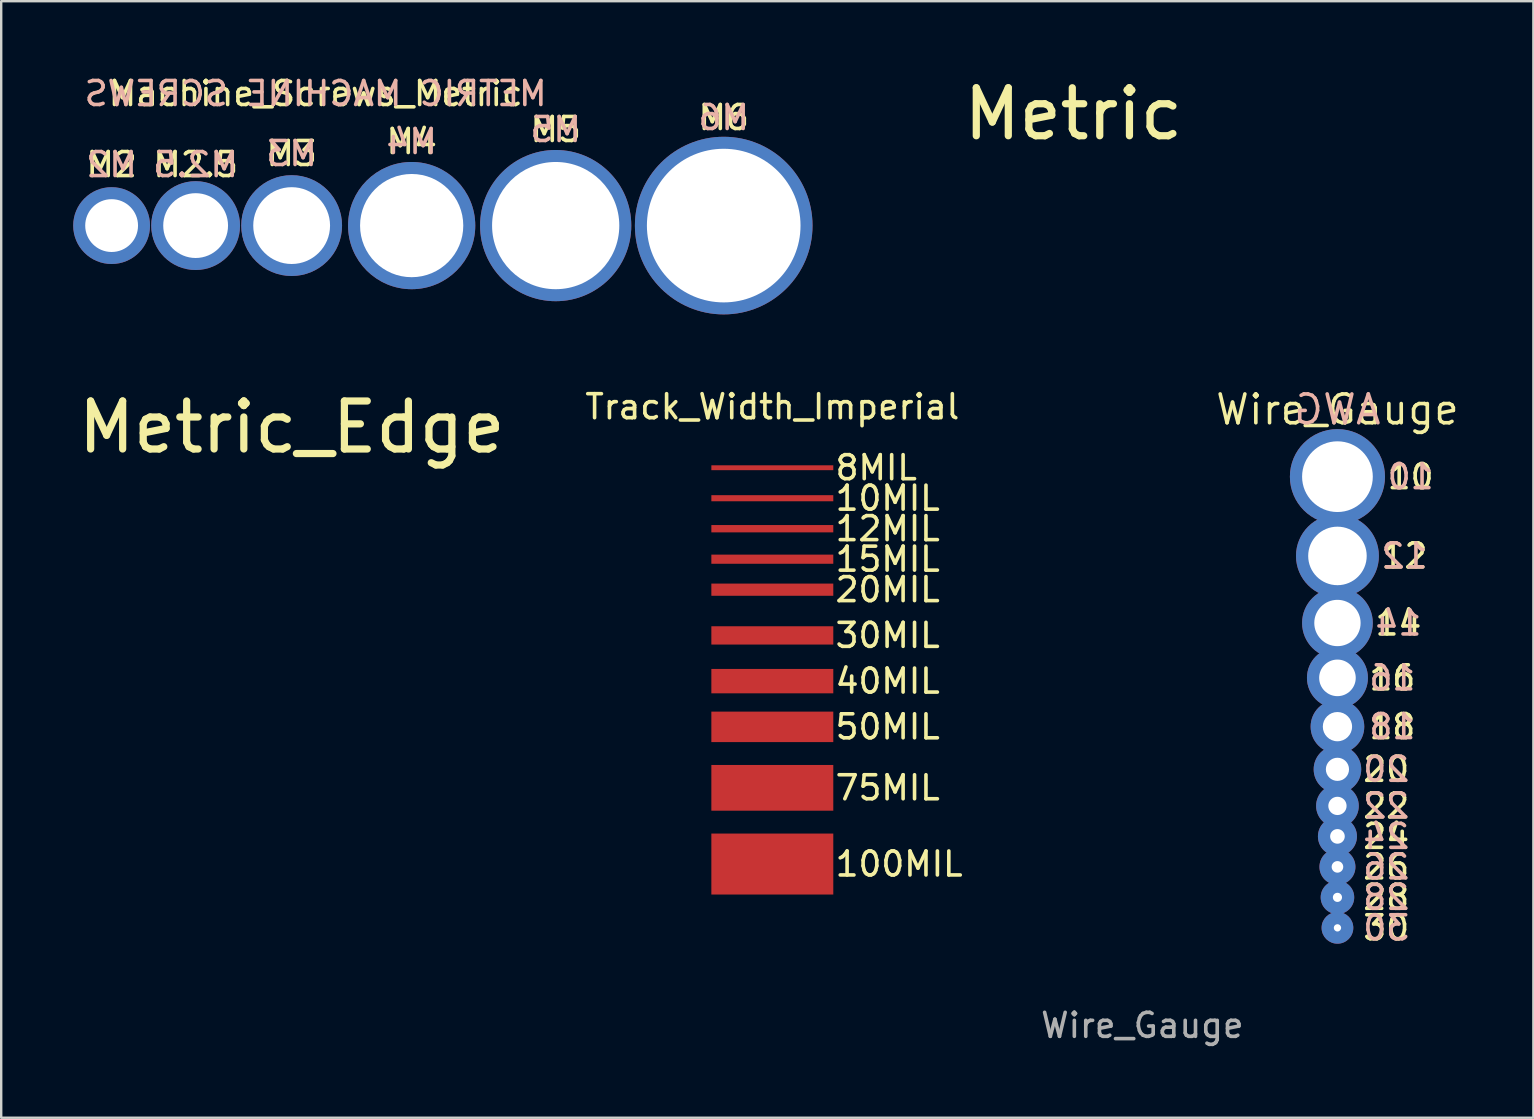
<source format=kicad_pcb>
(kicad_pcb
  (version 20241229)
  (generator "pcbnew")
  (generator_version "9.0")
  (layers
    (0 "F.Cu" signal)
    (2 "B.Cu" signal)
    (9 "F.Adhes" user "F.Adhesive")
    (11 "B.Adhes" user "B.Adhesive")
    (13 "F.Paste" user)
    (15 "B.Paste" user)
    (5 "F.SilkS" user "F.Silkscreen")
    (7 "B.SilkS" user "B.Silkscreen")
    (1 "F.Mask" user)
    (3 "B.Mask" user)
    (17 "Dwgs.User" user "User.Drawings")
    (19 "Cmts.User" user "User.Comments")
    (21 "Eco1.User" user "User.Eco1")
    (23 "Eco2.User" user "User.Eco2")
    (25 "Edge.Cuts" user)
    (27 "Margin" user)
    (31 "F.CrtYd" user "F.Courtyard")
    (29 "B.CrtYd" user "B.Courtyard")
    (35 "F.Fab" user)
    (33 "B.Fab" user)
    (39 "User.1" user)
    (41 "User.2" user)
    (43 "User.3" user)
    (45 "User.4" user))
  (footprint "Track_Width_Imperial"
    (layer "F.Cu")
    (at 26.585 16.436)
    (property "Reference" "Track_Width_Imperial" (at 2.54 -2.54 0) (layer "F.SilkS") (effects (font (size 1 1) (thickness 0.15))))
    (attr through_hole)
    (fp_text user "12MIL" (at 5.08 2.54 0) (layer "F.SilkS") (effects (font (size 1 1) (thickness 0.15)) (justify left)))
    (fp_text user "40MIL" (at 5.08 8.89 0) (layer "F.SilkS") (effects (font (size 1 1) (thickness 0.15)) (justify left)))
    (fp_text user "8MIL" (at 5.08 0 0) (layer "F.SilkS") (effects (font (size 1 1) (thickness 0.15)) (justify left)))
    (fp_text user "30MIL" (at 5.08 6.985 0) (layer "F.SilkS") (effects (font (size 1 1) (thickness 0.15)) (justify left)))
    (fp_text user "50MIL" (at 5.08 10.795 0) (layer "F.SilkS") (effects (font (size 1 1) (thickness 0.15)) (justify left)))
    (fp_text user "10MIL" (at 5.08 1.27 0) (layer "F.SilkS") (effects (font (size 1 1) (thickness 0.15)) (justify left)))
    (fp_text user "100MIL" (at 5.08 16.51 0) (layer "F.SilkS") (effects (font (size 1 1) (thickness 0.15)) (justify left)))
    (fp_text user "20MIL" (at 5.08 5.08 0) (layer "F.SilkS") (effects (font (size 1 1) (thickness 0.15)) (justify left)))
    (fp_text user "75MIL" (at 5.08 13.335 0) (layer "F.SilkS") (effects (font (size 1 1) (thickness 0.15)) (justify left)))
    (fp_text user "15MIL" (at 5.08 3.81 0) (layer "F.SilkS") (effects (font (size 1 1) (thickness 0.15)) (justify left)))
    (pad "" smd rect (at 2.54 0) (size 5.08 0.203) (layers "F.Cu" "F.Mask" "F.Paste"))
    (pad "" smd rect (at 2.54 1.27) (size 5.08 0.254) (layers "F.Cu" "F.Mask" "F.Paste"))
    (pad "" smd rect (at 2.54 2.54) (size 5.08 0.305) (layers "F.Cu" "F.Mask" "F.Paste"))
    (pad "" smd rect (at 2.54 3.81) (size 5.08 0.381) (layers "F.Cu" "F.Mask" "F.Paste"))
    (pad "" smd rect (at 2.54 5.08) (size 5.08 0.508) (layers "F.Cu" "F.Mask" "F.Paste"))
    (pad "" smd rect (at 2.54 6.985) (size 5.08 0.762) (layers "F.Cu" "F.Mask" "F.Paste"))
    (pad "" smd rect (at 2.54 8.89) (size 5.08 1.016) (layers "F.Cu" "F.Mask" "F.Paste"))
    (pad "" smd rect (at 2.54 10.795) (size 5.08 1.27) (layers "F.Cu" "F.Mask" "F.Paste"))
    (pad "" smd rect (at 2.54 13.335) (size 5.08 1.905) (layers "F.Cu" "F.Mask" "F.Paste"))
    (pad "" smd rect (at 2.54 16.51) (size 5.08 2.54) (layers "F.Cu" "F.Mask" "F.Paste")))
  (footprint "Machine_Screws_Metric"
    (layer "F.Cu")
    (at 1.6 6.348)
    (property "Reference" "Machine_Screws_Metric" (at 8.5 -5.5 0) (layer "F.SilkS") (effects (font (size 1 1) (thickness 0.15))))
    (attr through_hole)
    (fp_text user "M3" (at 7.5 -3 0) (layer "F.SilkS") (effects (font (size 1 1) (thickness 0.15))))
    (fp_text user "M5" (at 18.5 -4 0) (layer "F.SilkS") (effects (font (size 1 1) (thickness 0.15))))
    (fp_text user "M2" (at 0 -2.54 0) (layer "F.SilkS") (effects (font (size 1 1) (thickness 0.15))))
    (fp_text user "M6" (at 25.5 -4.5 0) (layer "F.SilkS") (effects (font (size 1 1) (thickness 0.15))))
    (fp_text user "M4" (at 12.5 -3.5 0) (layer "F.SilkS") (effects (font (size 1 1) (thickness 0.15))))
    (fp_text user "M2.5" (at 3.5 -2.54 0) (layer "F.SilkS") (effects (font (size 1 1) (thickness 0.15))))
    (fp_text user "M6" (at 25.5 -4.5 0) (layer "B.SilkS") (effects (font (size 1 1) (thickness 0.15)) (justify mirror)))
    (fp_text user "M2" (at 0 -2.54 0) (layer "B.SilkS") (effects (font (size 1 1) (thickness 0.15)) (justify mirror)))
    (fp_text user "M3" (at 7.5 -3 0) (layer "B.SilkS") (effects (font (size 1 1) (thickness 0.15)) (justify mirror)))
    (fp_text user "M5" (at 18.5 -4 0) (layer "B.SilkS") (effects (font (size 1 1) (thickness 0.15)) (justify mirror)))
    (fp_text user "M4" (at 12.5 -3.5 0) (layer "B.SilkS") (effects (font (size 1 1) (thickness 0.15)) (justify mirror)))
    (fp_text user "M2.5" (at 3.5 -2.54 0) (layer "B.SilkS") (effects (font (size 1 1) (thickness 0.15)) (justify mirror)))
    (fp_text user "METRIC MACHINE SCREWS" (at 8.5 -5.5 0) (layer "B.SilkS") (effects (font (size 1 1) (thickness 0.15)) (justify mirror)))
    (pad "" thru_hole circle (at 0 0) (size 3.2 3.2) (drill 2.2) (layers "*.Cu" "*.Mask"))
    (pad "" thru_hole circle (at 3.5 0) (size 3.7 3.7) (drill 2.7) (layers "*.Cu" "*.Mask"))
    (pad "" thru_hole circle (at 7.5 0) (size 4.2 4.2) (drill 3.2) (layers "*.Cu" "*.Mask"))
    (pad "" thru_hole circle (at 12.5 0) (size 5.3 5.3) (drill 4.3) (layers "*.Cu" "*.Mask"))
    (pad "" thru_hole circle (at 18.5 0) (size 6.3 6.3) (drill 5.3) (layers "*.Cu" "*.Mask"))
    (pad "" thru_hole circle (at 25.5 0) (size 7.4 7.4) (drill 6.4) (layers "*.Cu" "*.Mask")))
  (footprint "Metric_Edge"
    (layer "F.Cu")
    (at 1.487 18.555)
    (property "Reference" "Metric_Edge" (at 7.62 -3.81 0) (layer "F.SilkS") (effects (font (size 2 2) (thickness 0.3))))
    (attr through_hole)
    (fp_poly (pts (xy 0.898 0) (xy 1.102 0) (xy 1.102 -1.27) (xy 0.898 -1.27)) (stroke (width 0) (type solid)) (fill yes) (layer "F.Mask"))
    (fp_poly (pts (xy 1.898 0) (xy 2.102 0) (xy 2.102 -1.27) (xy 1.898 -1.27)) (stroke (width 0) (type solid)) (fill yes) (layer "F.Mask"))
    (fp_poly (pts (xy 2.898 0) (xy 3.102 0) (xy 3.102 -1.27) (xy 2.898 -1.27)) (stroke (width 0) (type solid)) (fill yes) (layer "F.Mask"))
    (fp_poly (pts (xy 3.898 0) (xy 4.102 0) (xy 4.102 -1.27) (xy 3.898 -1.27)) (stroke (width 0) (type solid)) (fill yes) (layer "F.Mask"))
    (fp_poly (pts (xy 4.898 0) (xy 5.102 0) (xy 5.102 -2.54) (xy 4.898 -2.54)) (stroke (width 0) (type solid)) (fill yes) (layer "F.Mask"))
    (fp_poly (pts (xy 5.898 0) (xy 6.102 0) (xy 6.102 -1.27) (xy 5.898 -1.27)) (stroke (width 0) (type solid)) (fill yes) (layer "F.Mask"))
    (fp_poly (pts (xy 6.898 0) (xy 7.102 0) (xy 7.102 -1.27) (xy 6.898 -1.27)) (stroke (width 0) (type solid)) (fill yes) (layer "F.Mask"))
    (fp_poly (pts (xy 7.898 0) (xy 8.102 0) (xy 8.102 -1.27) (xy 7.898 -1.27)) (stroke (width 0) (type solid)) (fill yes) (layer "F.Mask"))
    (fp_poly (pts (xy 8.898 0) (xy 9.102 0) (xy 9.102 -1.27) (xy 8.898 -1.27)) (stroke (width 0) (type solid)) (fill yes) (layer "F.Mask")))
  (footprint "Metric"
    (layer "F.Cu")
    (at 34.05 5.506)
    (property "Reference" "Metric" (at 7.62 -3.81 0) (layer "F.SilkS") (effects (font (size 2 2) (thickness 0.3))))
    (attr through_hole)
    (fp_poly (pts (xy -0.152 0) (xy 0.152 0) (xy 0.152 -3.81) (xy -0.152 -3.81)) (stroke (width 0) (type solid)) (fill yes) (layer "F.Mask"))
    (fp_poly (pts (xy 0.898 0) (xy 1.102 0) (xy 1.102 -1.27) (xy 0.898 -1.27)) (stroke (width 0) (type solid)) (fill yes) (layer "F.Mask"))
    (fp_poly (pts (xy 1.898 0) (xy 2.102 0) (xy 2.102 -1.27) (xy 1.898 -1.27)) (stroke (width 0) (type solid)) (fill yes) (layer "F.Mask"))
    (fp_poly (pts (xy 2.898 0) (xy 3.102 0) (xy 3.102 -1.27) (xy 2.898 -1.27)) (stroke (width 0) (type solid)) (fill yes) (layer "F.Mask"))
    (fp_poly (pts (xy 3.898 0) (xy 4.102 0) (xy 4.102 -1.27) (xy 3.898 -1.27)) (stroke (width 0) (type solid)) (fill yes) (layer "F.Mask"))
    (fp_poly (pts (xy 4.898 0) (xy 5.102 0) (xy 5.102 -2.54) (xy 4.898 -2.54)) (stroke (width 0) (type solid)) (fill yes) (layer "F.Mask"))
    (fp_poly (pts (xy 5.898 0) (xy 6.102 0) (xy 6.102 -1.27) (xy 5.898 -1.27)) (stroke (width 0) (type solid)) (fill yes) (layer "F.Mask"))
    (fp_poly (pts (xy 6.898 0) (xy 7.102 0) (xy 7.102 -1.27) (xy 6.898 -1.27)) (stroke (width 0) (type solid)) (fill yes) (layer "F.Mask"))
    (fp_poly (pts (xy 7.898 0) (xy 8.102 0) (xy 8.102 -1.27) (xy 7.898 -1.27)) (stroke (width 0) (type solid)) (fill yes) (layer "F.Mask"))
    (fp_poly (pts (xy 8.898 0) (xy 9.102 0) (xy 9.102 -1.27) (xy 8.898 -1.27)) (stroke (width 0) (type solid)) (fill yes) (layer "F.Mask"))
    (fp_poly (pts (xy 9.848 0) (xy 10.152 0) (xy 10.152 -3.81) (xy 9.848 -3.81)) (stroke (width 0) (type solid)) (fill yes) (layer "F.Mask")))
  (footprint "Wire_Gauge"
    (layer "F.Cu")
    (at 52.668 16.808)
    (property "Reference" "Wire_Gauge" (at 0 -2.794 0) (layer "F.SilkS") (effects (font (size 1.2 1.2) (thickness 0.15))))
    (attr through_hole)
    (fp_text user "18" (at 2.286 10.414 0) (layer "F.SilkS") (effects (font (size 1 1) (thickness 0.15))))
    (fp_text user "14" (at 2.54 6.096 0) (layer "F.SilkS") (effects (font (size 1 1) (thickness 0.15))))
    (fp_text user "10" (at 3.048 0 0) (layer "F.SilkS") (effects (font (size 1 1) (thickness 0.15))))
    (fp_text user "12" (at 2.794 3.302 0) (layer "F.SilkS") (effects (font (size 1 1) (thickness 0.15))))
    (fp_text user "26" (at 2.032 16.256 0) (layer "F.SilkS") (effects (font (size 1 1) (thickness 0.15))))
    (fp_text user "20" (at 2.032 12.192 0) (layer "F.SilkS") (effects (font (size 1 1) (thickness 0.15))))
    (fp_text user "24" (at 2.032 14.986 0) (layer "F.SilkS") (effects (font (size 1 1) (thickness 0.15))))
    (fp_text user "22" (at 2.032 13.716 0) (layer "F.SilkS") (effects (font (size 1 1) (thickness 0.15))))
    (fp_text user "28" (at 2.032 17.526 0) (layer "F.SilkS") (effects (font (size 1 1) (thickness 0.15))))
    (fp_text user "16" (at 2.286 8.382 0) (layer "F.SilkS") (effects (font (size 1 1) (thickness 0.15))))
    (fp_text user "30" (at 2.032 18.796 0) (layer "F.SilkS") (effects (font (size 1 1) (thickness 0.15))))
    (fp_text user "26" (at 2.032 16.256 0) (layer "B.SilkS") (effects (font (size 1 1) (thickness 0.15)) (justify mirror)))
    (fp_text user "16" (at 2.286 8.382 0) (layer "B.SilkS") (effects (font (size 1 1) (thickness 0.15)) (justify mirror)))
    (fp_text user "12" (at 2.794 3.302 180) (layer "B.SilkS") (effects (font (size 1 1) (thickness 0.15)) (justify mirror)))
    (fp_text user "24" (at 2.032 14.986 0) (layer "B.SilkS") (effects (font (size 1 1) (thickness 0.15)) (justify mirror)))
    (fp_text user "28" (at 2.032 17.526 0) (layer "B.SilkS") (effects (font (size 1 1) (thickness 0.15)) (justify mirror)))
    (fp_text user "22" (at 2.032 13.716 0) (layer "B.SilkS") (effects (font (size 1 1) (thickness 0.15)) (justify mirror)))
    (fp_text user "20" (at 2.032 12.192 0) (layer "B.SilkS") (effects (font (size 1 1) (thickness 0.15)) (justify mirror)))
    (fp_text user "30" (at 2.032 18.796 0) (layer "B.SilkS") (effects (font (size 1 1) (thickness 0.15)) (justify mirror)))
    (fp_text user "14" (at 2.54 6.096 0) (layer "B.SilkS") (effects (font (size 1 1) (thickness 0.15)) (justify mirror)))
    (fp_text user "10" (at 3.048 0 0) (layer "B.SilkS") (effects (font (size 1 1) (thickness 0.15)) (justify mirror)))
    (fp_text user "18" (at 2.286 10.414 0) (layer "B.SilkS") (effects (font (size 1 1) (thickness 0.15)) (justify mirror)))
    (fp_text user "AWG" (at 0 -2.794 0) (layer "B.SilkS") (effects (font (size 1.2 1.2) (thickness 0.15)) (justify mirror)))
    (fp_text user "Wire_Gauge" (at -8.128 22.86 0) (layer "F.Fab") (effects (font (size 1 1) (thickness 0.15))))
    (pad "" thru_hole circle (at 0 0) (size 3.962 3.962) (drill 2.946) (layers "*.Cu" "*.Mask"))
    (pad "" thru_hole circle (at 0 3.302) (size 3.454 3.454) (drill 2.438) (layers "*.Cu" "*.Mask"))
    (pad "" thru_hole circle (at 0 6.096) (size 2.946 2.946) (drill 1.93) (layers "*.Cu" "*.Mask"))
    (pad "" thru_hole circle (at 0 8.382) (size 2.54 2.54) (drill 1.524) (layers "*.Cu" "*.Mask"))
    (pad "" thru_hole circle (at 0 10.414) (size 2.235 2.235) (drill 1.219) (layers "*.Cu" "*.Mask"))
    (pad "" thru_hole circle (at 0 12.192) (size 1.981 1.981) (drill 0.965) (layers "*.Cu" "*.Mask"))
    (pad "" thru_hole circle (at 0 13.716) (size 1.778 1.778) (drill 0.762) (layers "*.Cu" "*.Mask"))
    (pad "" thru_hole circle (at 0 14.986) (size 1.626 1.626) (drill 0.61) (layers "*.Cu" "*.Mask"))
    (pad "" thru_hole circle (at 0 16.256) (size 1.499 1.499) (drill 0.483) (layers "*.Cu" "*.Mask"))
    (pad "" thru_hole circle (at 0 17.526) (size 1.397 1.397) (drill 0.381) (layers "*.Cu" "*.Mask"))
    (pad "" thru_hole circle (at 0 18.796) (size 1.321 1.321) (drill 0.305) (layers "*.Cu" "*.Mask")))
  (gr_rect
    (start -3 -3)
    (end 60.83 43.516)
    (stroke (width 0.1) (type default))
    (fill no)
    (layer "Edge.Cuts")))
</source>
